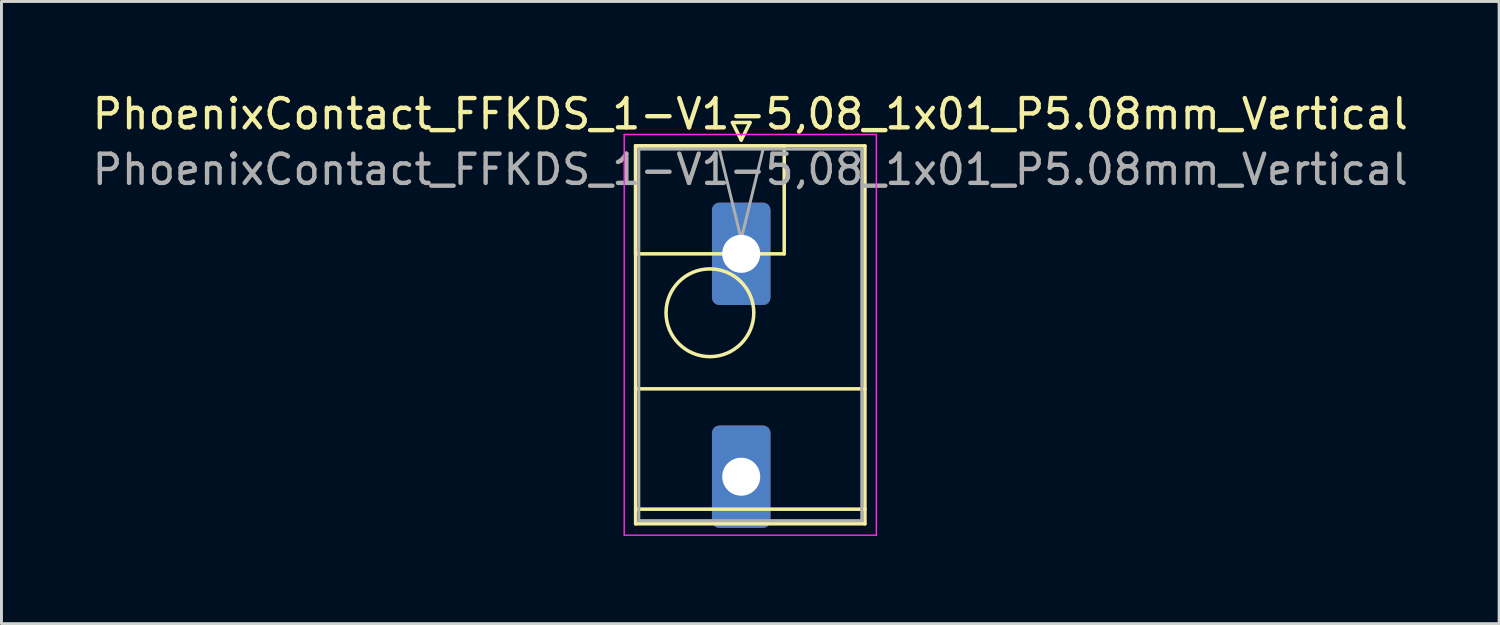
<source format=kicad_pcb>
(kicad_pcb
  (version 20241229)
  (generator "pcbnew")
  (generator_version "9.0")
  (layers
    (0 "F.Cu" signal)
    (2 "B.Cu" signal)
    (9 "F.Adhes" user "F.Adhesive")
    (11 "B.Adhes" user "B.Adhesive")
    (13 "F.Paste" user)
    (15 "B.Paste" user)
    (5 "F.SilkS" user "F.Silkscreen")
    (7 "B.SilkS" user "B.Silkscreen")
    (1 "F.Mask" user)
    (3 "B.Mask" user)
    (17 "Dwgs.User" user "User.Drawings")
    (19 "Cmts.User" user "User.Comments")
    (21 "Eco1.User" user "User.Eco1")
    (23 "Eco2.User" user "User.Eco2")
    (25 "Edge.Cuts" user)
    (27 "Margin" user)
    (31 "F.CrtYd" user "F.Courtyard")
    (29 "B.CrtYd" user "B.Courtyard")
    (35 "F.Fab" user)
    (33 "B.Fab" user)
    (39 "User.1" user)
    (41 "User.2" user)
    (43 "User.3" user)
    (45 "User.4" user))
  (footprint "PhoenixContact_FFKDS_1-V1-5,08_1x01_P5.08mm_Vertical"
    (layer "F.Cu")
    (at 22.291 5.628)
    (property "Reference" "PhoenixContact_FFKDS_1-V1-5,08_1x01_P5.08mm_Vertical" (at 0.31 -4.78 0) (layer "F.SilkS") (effects (font (size 1 1) (thickness 0.15))))
    (attr through_hole)
    (fp_line (start -3.61 -3.69) (end -3.61 0) (stroke (width 0.12) (type solid)) (layer "F.SilkS"))
    (fp_line (start -3.61 -3.69) (end -3.61 9.23) (stroke (width 0.12) (type solid)) (layer "F.SilkS"))
    (fp_line (start -3.61 0) (end 1.47 0) (stroke (width 0.12) (type solid)) (layer "F.SilkS"))
    (fp_line (start -3.61 4.615) (end 4.23 4.615) (stroke (width 0.12) (type solid)) (layer "F.SilkS"))
    (fp_line (start -3.61 8.73) (end 4.23 8.73) (stroke (width 0.12) (type solid)) (layer "F.SilkS"))
    (fp_line (start -3.61 9.23) (end 4.23 9.23) (stroke (width 0.12) (type solid)) (layer "F.SilkS"))
    (fp_line (start -0.3 -4.49) (end 0.3 -4.49) (stroke (width 0.12) (type solid)) (layer "F.SilkS"))
    (fp_line (start 0 -3.89) (end -0.3 -4.49) (stroke (width 0.12) (type solid)) (layer "F.SilkS"))
    (fp_line (start 0.3 -4.49) (end 0 -3.89) (stroke (width 0.12) (type solid)) (layer "F.SilkS"))
    (fp_line (start 1.47 -3.69) (end -3.61 -3.69) (stroke (width 0.12) (type solid)) (layer "F.SilkS"))
    (fp_line (start 1.47 0) (end 1.47 -3.69) (stroke (width 0.12) (type solid)) (layer "F.SilkS"))
    (fp_line (start 4.23 -3.69) (end -3.61 -3.69) (stroke (width 0.12) (type solid)) (layer "F.SilkS"))
    (fp_line (start 4.23 9.23) (end 4.23 -3.69) (stroke (width 0.12) (type solid)) (layer "F.SilkS"))
    (fp_circle (center -1.07 2.015) (end 0.43 2.015) (stroke (width 0.12) (type solid)) (fill no) (layer "F.SilkS"))
    (fp_line (start -4 -4.08) (end -4 9.62) (stroke (width 0.05) (type solid)) (layer "F.CrtYd"))
    (fp_line (start -4 9.62) (end 4.62 9.62) (stroke (width 0.05) (type solid)) (layer "F.CrtYd"))
    (fp_line (start 4.62 -4.08) (end -4 -4.08) (stroke (width 0.05) (type solid)) (layer "F.CrtYd"))
    (fp_line (start 4.62 9.62) (end 4.62 -4.08) (stroke (width 0.05) (type solid)) (layer "F.CrtYd"))
    (fp_line (start -3.5 -3.58) (end -3.5 9.12) (stroke (width 0.1) (type solid)) (layer "F.Fab"))
    (fp_line (start -3.5 9.12) (end 4.12 9.12) (stroke (width 0.1) (type solid)) (layer "F.Fab"))
    (fp_line (start 0 -0.5) (end -0.75 -3.58) (stroke (width 0.1) (type solid)) (layer "F.Fab"))
    (fp_line (start 0.75 -3.58) (end 0 -0.5) (stroke (width 0.1) (type solid)) (layer "F.Fab"))
    (fp_line (start 4.12 -3.58) (end -3.5 -3.58) (stroke (width 0.1) (type solid)) (layer "F.Fab"))
    (fp_line (start 4.12 9.12) (end 4.12 -3.58) (stroke (width 0.1) (type solid)) (layer "F.Fab"))
    (fp_text user "${REFERENCE}" (at 0.31 -2.88 0) (layer "F.Fab") (effects (font (size 1 1) (thickness 0.15))))
    (pad "1" thru_hole roundrect (at 0 0) (size 2 3.5) (drill 1.3) (layers "*.Cu" "*.Mask") (roundrect_rratio 0.125))
    (pad "1" thru_hole roundrect (at 0 7.62) (size 2 3.5) (drill 1.3) (layers "*.Cu" "*.Mask") (roundrect_rratio 0.125)))
  (gr_rect
    (start -3 -3)
    (end 48.202 18.273)
    (stroke (width 0.1) (type default))
    (fill no)
    (layer "Edge.Cuts")))
</source>
